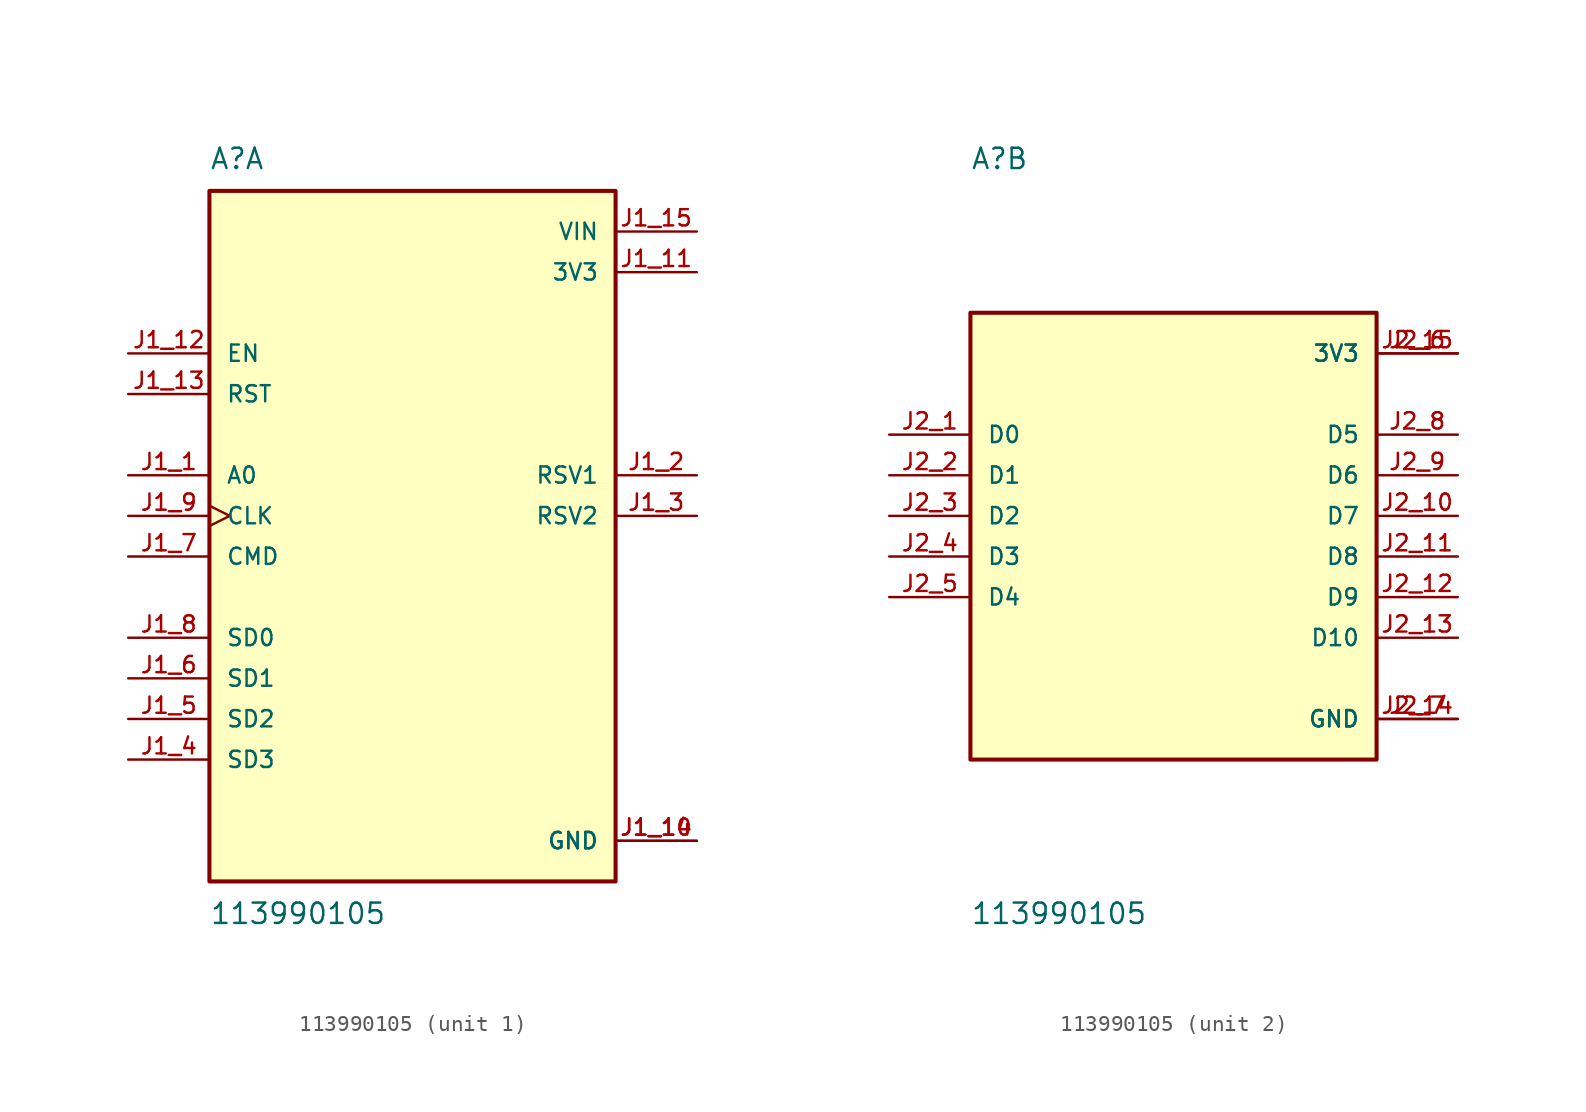
<source format=kicad_sym>
(kicad_symbol_lib
  (version 20211014)
  (generator kicad_symbol_editor)
  (symbol "113990105"
    (pin_names
      (offset 1.016))
    (property "Reference" "A"
      (at -12.7 21.59 0)
      (effects (font (size 1.27 1.27)) (justify bottom left)))
    (property "Value" "113990105"
      (at -12.7 -24.13 0.0)
      (effects (font (size 1.27 1.27)) (justify top left)))
    (symbol "113990105_1_0"
      (rectangle (start -12.7 -22.86) (end 12.7 20.32) (stroke (width 0.254)) (fill (type background)))
      (pin bidirectional line (at -17.78 2.54 0) (length 5.08) (name "A0" (effects (font (size 1.016 1.016)))) (number "J1_1" (effects (font (size 1.016 1.016)))))
      (pin bidirectional line (at 17.78 2.54 180.0) (length 5.08) (name "RSV1" (effects (font (size 1.016 1.016)))) (number "J1_2" (effects (font (size 1.016 1.016)))))
      (pin bidirectional line (at 17.78 0.0 180.0) (length 5.08) (name "RSV2" (effects (font (size 1.016 1.016)))) (number "J1_3" (effects (font (size 1.016 1.016)))))
      (pin bidirectional line (at -17.78 -15.24 0) (length 5.08) (name "SD3" (effects (font (size 1.016 1.016)))) (number "J1_4" (effects (font (size 1.016 1.016)))))
      (pin bidirectional line (at -17.78 -12.7 0) (length 5.08) (name "SD2" (effects (font (size 1.016 1.016)))) (number "J1_5" (effects (font (size 1.016 1.016)))))
      (pin bidirectional line (at -17.78 -10.16 0) (length 5.08) (name "SD1" (effects (font (size 1.016 1.016)))) (number "J1_6" (effects (font (size 1.016 1.016)))))
      (pin bidirectional line (at -17.78 -2.54 0) (length 5.08) (name "CMD" (effects (font (size 1.016 1.016)))) (number "J1_7" (effects (font (size 1.016 1.016)))))
      (pin bidirectional line (at -17.78 -7.62 0) (length 5.08) (name "SD0" (effects (font (size 1.016 1.016)))) (number "J1_8" (effects (font (size 1.016 1.016)))))
      (pin bidirectional clock (at -17.78 0.0 0) (length 5.08) (name "CLK" (effects (font (size 1.016 1.016)))) (number "J1_9" (effects (font (size 1.016 1.016)))))
      (pin power_in line (at 17.78 -20.32 180.0) (length 5.08) (name "GND" (effects (font (size 1.016 1.016)))) (number "J1_10" (effects (font (size 1.016 1.016)))))
      (pin power_in line (at 17.78 -20.32 180.0) (length 5.08) (name "GND" (effects (font (size 1.016 1.016)))) (number "J1_14" (effects (font (size 1.016 1.016)))))
      (pin power_in line (at 17.78 15.24 180.0) (length 5.08) (name "3V3" (effects (font (size 1.016 1.016)))) (number "J1_11" (effects (font (size 1.016 1.016)))))
      (pin input line (at -17.78 10.16 0) (length 5.08) (name "EN" (effects (font (size 1.016 1.016)))) (number "J1_12" (effects (font (size 1.016 1.016)))))
      (pin input line (at -17.78 7.62 0) (length 5.08) (name "RST" (effects (font (size 1.016 1.016)))) (number "J1_13" (effects (font (size 1.016 1.016)))))
      (pin power_in line (at 17.78 17.78 180.0) (length 5.08) (name "VIN" (effects (font (size 1.016 1.016)))) (number "J1_15" (effects (font (size 1.016 1.016))))))
    (symbol "113990105_2_0"
      (rectangle (start -12.7 -15.24) (end 12.7 12.7) (stroke (width 0.254)) (fill (type background)))
      (pin bidirectional line (at -17.78 5.08 0) (length 5.08) (name "D0" (effects (font (size 1.016 1.016)))) (number "J2_1" (effects (font (size 1.016 1.016)))))
      (pin bidirectional line (at -17.78 2.54 0) (length 5.08) (name "D1" (effects (font (size 1.016 1.016)))) (number "J2_2" (effects (font (size 1.016 1.016)))))
      (pin bidirectional line (at -17.78 0.0 0) (length 5.08) (name "D2" (effects (font (size 1.016 1.016)))) (number "J2_3" (effects (font (size 1.016 1.016)))))
      (pin bidirectional line (at -17.78 -2.54 0) (length 5.08) (name "D3" (effects (font (size 1.016 1.016)))) (number "J2_4" (effects (font (size 1.016 1.016)))))
      (pin bidirectional line (at -17.78 -5.08 0) (length 5.08) (name "D4" (effects (font (size 1.016 1.016)))) (number "J2_5" (effects (font (size 1.016 1.016)))))
      (pin power_in line (at 17.78 10.16 180.0) (length 5.08) (name "3V3" (effects (font (size 1.016 1.016)))) (number "J2_6" (effects (font (size 1.016 1.016)))))
      (pin power_in line (at 17.78 10.16 180.0) (length 5.08) (name "3V3" (effects (font (size 1.016 1.016)))) (number "J2_15" (effects (font (size 1.016 1.016)))))
      (pin power_in line (at 17.78 -12.7 180.0) (length 5.08) (name "GND" (effects (font (size 1.016 1.016)))) (number "J2_7" (effects (font (size 1.016 1.016)))))
      (pin power_in line (at 17.78 -12.7 180.0) (length 5.08) (name "GND" (effects (font (size 1.016 1.016)))) (number "J2_14" (effects (font (size 1.016 1.016)))))
      (pin bidirectional line (at 17.78 5.08 180.0) (length 5.08) (name "D5" (effects (font (size 1.016 1.016)))) (number "J2_8" (effects (font (size 1.016 1.016)))))
      (pin bidirectional line (at 17.78 2.54 180.0) (length 5.08) (name "D6" (effects (font (size 1.016 1.016)))) (number "J2_9" (effects (font (size 1.016 1.016)))))
      (pin bidirectional line (at 17.78 0.0 180.0) (length 5.08) (name "D7" (effects (font (size 1.016 1.016)))) (number "J2_10" (effects (font (size 1.016 1.016)))))
      (pin bidirectional line (at 17.78 -2.54 180.0) (length 5.08) (name "D8" (effects (font (size 1.016 1.016)))) (number "J2_11" (effects (font (size 1.016 1.016)))))
      (pin bidirectional line (at 17.78 -5.08 180.0) (length 5.08) (name "D9" (effects (font (size 1.016 1.016)))) (number "J2_12" (effects (font (size 1.016 1.016)))))
      (pin bidirectional line (at 17.78 -7.62 180.0) (length 5.08) (name "D10" (effects (font (size 1.016 1.016)))) (number "J2_13" (effects (font (size 1.016 1.016))))))))
</source>
